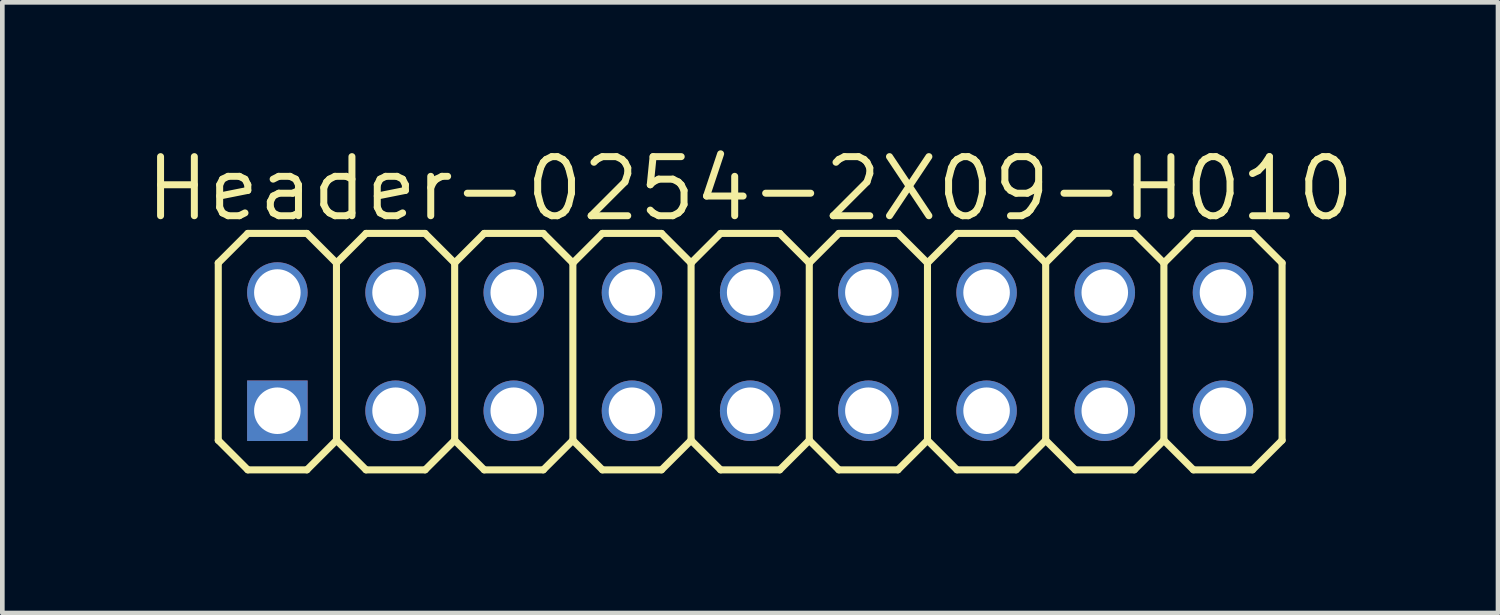
<source format=kicad_pcb>
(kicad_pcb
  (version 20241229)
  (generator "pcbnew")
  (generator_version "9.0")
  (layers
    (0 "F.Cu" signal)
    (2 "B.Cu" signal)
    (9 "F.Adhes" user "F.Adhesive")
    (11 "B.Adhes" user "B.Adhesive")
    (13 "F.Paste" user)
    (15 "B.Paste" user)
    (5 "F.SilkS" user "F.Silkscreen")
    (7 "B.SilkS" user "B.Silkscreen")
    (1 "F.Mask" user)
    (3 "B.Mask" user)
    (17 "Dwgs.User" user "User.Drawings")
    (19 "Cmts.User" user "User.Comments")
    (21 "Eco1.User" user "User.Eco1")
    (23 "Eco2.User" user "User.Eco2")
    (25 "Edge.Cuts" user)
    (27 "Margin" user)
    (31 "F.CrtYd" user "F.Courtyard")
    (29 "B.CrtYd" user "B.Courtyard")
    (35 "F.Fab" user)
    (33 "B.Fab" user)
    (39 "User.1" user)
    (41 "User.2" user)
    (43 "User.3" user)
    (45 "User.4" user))
  (footprint "Header-0254-2X09-H010"
    (layer "F.Cu")
    (at 13.07 4.506)
    (property "Reference" "Header-0254-2X09-H010" (at 0 -3.5 0) (layer "F.SilkS") (effects (font (size 1.27 1.27) (thickness 0.15))))
    (attr exclude_from_pos_files exclude_from_bom)
    (fp_line (start -11.43 -1.905) (end -10.795 -2.54) (stroke (width 0.152) (type solid)) (layer "F.SilkS"))
    (fp_line (start -11.43 1.905) (end -11.43 -1.905) (stroke (width 0.152) (type solid)) (layer "F.SilkS"))
    (fp_line (start -11.43 1.905) (end -10.795 2.54) (stroke (width 0.152) (type solid)) (layer "F.SilkS"))
    (fp_line (start -10.795 -2.54) (end -9.525 -2.54) (stroke (width 0.152) (type solid)) (layer "F.SilkS"))
    (fp_line (start -10.795 2.54) (end -9.525 2.54) (stroke (width 0.152) (type solid)) (layer "F.SilkS"))
    (fp_line (start -9.525 -2.54) (end -8.89 -1.905) (stroke (width 0.152) (type solid)) (layer "F.SilkS"))
    (fp_line (start -9.525 2.54) (end -8.89 1.905) (stroke (width 0.152) (type solid)) (layer "F.SilkS"))
    (fp_line (start -8.89 -1.905) (end -8.89 1.905) (stroke (width 0.152) (type solid)) (layer "F.SilkS"))
    (fp_line (start -8.89 -1.905) (end -8.255 -2.54) (stroke (width 0.152) (type solid)) (layer "F.SilkS"))
    (fp_line (start -8.89 1.905) (end -8.255 2.54) (stroke (width 0.152) (type solid)) (layer "F.SilkS"))
    (fp_line (start -8.255 -2.54) (end -6.985 -2.54) (stroke (width 0.152) (type solid)) (layer "F.SilkS"))
    (fp_line (start -8.255 2.54) (end -6.985 2.54) (stroke (width 0.152) (type solid)) (layer "F.SilkS"))
    (fp_line (start -6.985 -2.54) (end -6.35 -1.905) (stroke (width 0.152) (type solid)) (layer "F.SilkS"))
    (fp_line (start -6.985 2.54) (end -6.35 1.905) (stroke (width 0.152) (type solid)) (layer "F.SilkS"))
    (fp_line (start -6.35 -1.905) (end -6.35 1.905) (stroke (width 0.152) (type solid)) (layer "F.SilkS"))
    (fp_line (start -6.35 -1.905) (end -5.715 -2.54) (stroke (width 0.152) (type solid)) (layer "F.SilkS"))
    (fp_line (start -6.35 1.905) (end -5.715 2.54) (stroke (width 0.152) (type solid)) (layer "F.SilkS"))
    (fp_line (start -5.715 -2.54) (end -4.445 -2.54) (stroke (width 0.152) (type solid)) (layer "F.SilkS"))
    (fp_line (start -5.715 2.54) (end -4.445 2.54) (stroke (width 0.152) (type solid)) (layer "F.SilkS"))
    (fp_line (start -4.445 -2.54) (end -3.81 -1.905) (stroke (width 0.152) (type solid)) (layer "F.SilkS"))
    (fp_line (start -4.445 2.54) (end -3.81 1.905) (stroke (width 0.152) (type solid)) (layer "F.SilkS"))
    (fp_line (start -3.81 -1.905) (end -3.81 1.905) (stroke (width 0.152) (type solid)) (layer "F.SilkS"))
    (fp_line (start -3.81 -1.905) (end -3.175 -2.54) (stroke (width 0.152) (type solid)) (layer "F.SilkS"))
    (fp_line (start -3.81 1.905) (end -3.175 2.54) (stroke (width 0.152) (type solid)) (layer "F.SilkS"))
    (fp_line (start -3.175 -2.54) (end -1.905 -2.54) (stroke (width 0.152) (type solid)) (layer "F.SilkS"))
    (fp_line (start -3.175 2.54) (end -1.905 2.54) (stroke (width 0.152) (type solid)) (layer "F.SilkS"))
    (fp_line (start -1.905 -2.54) (end -1.27 -1.905) (stroke (width 0.152) (type solid)) (layer "F.SilkS"))
    (fp_line (start -1.905 2.54) (end -1.27 1.905) (stroke (width 0.152) (type solid)) (layer "F.SilkS"))
    (fp_line (start -1.27 -1.905) (end -1.27 1.905) (stroke (width 0.152) (type solid)) (layer "F.SilkS"))
    (fp_line (start -1.27 -1.905) (end -0.635 -2.54) (stroke (width 0.152) (type solid)) (layer "F.SilkS"))
    (fp_line (start -1.27 1.905) (end -0.635 2.54) (stroke (width 0.152) (type solid)) (layer "F.SilkS"))
    (fp_line (start -0.635 -2.54) (end 0.635 -2.54) (stroke (width 0.152) (type solid)) (layer "F.SilkS"))
    (fp_line (start -0.635 2.54) (end 0.635 2.54) (stroke (width 0.152) (type solid)) (layer "F.SilkS"))
    (fp_line (start 0.635 -2.54) (end 1.27 -1.905) (stroke (width 0.152) (type solid)) (layer "F.SilkS"))
    (fp_line (start 0.635 2.54) (end 1.27 1.905) (stroke (width 0.152) (type solid)) (layer "F.SilkS"))
    (fp_line (start 1.27 -1.905) (end 1.27 1.905) (stroke (width 0.152) (type solid)) (layer "F.SilkS"))
    (fp_line (start 1.27 -1.905) (end 1.905 -2.54) (stroke (width 0.152) (type solid)) (layer "F.SilkS"))
    (fp_line (start 1.27 1.905) (end 1.905 2.54) (stroke (width 0.152) (type solid)) (layer "F.SilkS"))
    (fp_line (start 1.905 -2.54) (end 3.175 -2.54) (stroke (width 0.152) (type solid)) (layer "F.SilkS"))
    (fp_line (start 1.905 2.54) (end 3.175 2.54) (stroke (width 0.152) (type solid)) (layer "F.SilkS"))
    (fp_line (start 3.175 -2.54) (end 3.81 -1.905) (stroke (width 0.152) (type solid)) (layer "F.SilkS"))
    (fp_line (start 3.175 2.54) (end 3.81 1.905) (stroke (width 0.152) (type solid)) (layer "F.SilkS"))
    (fp_line (start 3.81 -1.905) (end 3.81 1.905) (stroke (width 0.152) (type solid)) (layer "F.SilkS"))
    (fp_line (start 3.81 -1.905) (end 4.445 -2.54) (stroke (width 0.152) (type solid)) (layer "F.SilkS"))
    (fp_line (start 3.81 1.905) (end 4.445 2.54) (stroke (width 0.152) (type solid)) (layer "F.SilkS"))
    (fp_line (start 4.445 -2.54) (end 5.715 -2.54) (stroke (width 0.152) (type solid)) (layer "F.SilkS"))
    (fp_line (start 4.445 2.54) (end 5.715 2.54) (stroke (width 0.152) (type solid)) (layer "F.SilkS"))
    (fp_line (start 5.715 -2.54) (end 6.35 -1.905) (stroke (width 0.152) (type solid)) (layer "F.SilkS"))
    (fp_line (start 6.35 -1.905) (end 6.35 1.905) (stroke (width 0.152) (type solid)) (layer "F.SilkS"))
    (fp_line (start 6.35 -1.905) (end 6.985 -2.54) (stroke (width 0.152) (type solid)) (layer "F.SilkS"))
    (fp_line (start 6.35 1.905) (end 5.715 2.54) (stroke (width 0.152) (type solid)) (layer "F.SilkS"))
    (fp_line (start 6.35 1.905) (end 6.985 2.54) (stroke (width 0.152) (type solid)) (layer "F.SilkS"))
    (fp_line (start 6.985 -2.54) (end 8.255 -2.54) (stroke (width 0.152) (type solid)) (layer "F.SilkS"))
    (fp_line (start 6.985 2.54) (end 8.255 2.54) (stroke (width 0.152) (type solid)) (layer "F.SilkS"))
    (fp_line (start 8.255 -2.54) (end 8.89 -1.905) (stroke (width 0.152) (type solid)) (layer "F.SilkS"))
    (fp_line (start 8.89 -1.905) (end 8.89 1.905) (stroke (width 0.152) (type solid)) (layer "F.SilkS"))
    (fp_line (start 8.89 -1.905) (end 9.525 -2.54) (stroke (width 0.152) (type solid)) (layer "F.SilkS"))
    (fp_line (start 8.89 1.905) (end 8.255 2.54) (stroke (width 0.152) (type solid)) (layer "F.SilkS"))
    (fp_line (start 8.89 1.905) (end 9.525 2.54) (stroke (width 0.152) (type solid)) (layer "F.SilkS"))
    (fp_line (start 9.525 -2.54) (end 10.795 -2.54) (stroke (width 0.152) (type solid)) (layer "F.SilkS"))
    (fp_line (start 9.525 2.54) (end 10.795 2.54) (stroke (width 0.152) (type solid)) (layer "F.SilkS"))
    (fp_line (start 10.795 -2.54) (end 11.43 -1.905) (stroke (width 0.152) (type solid)) (layer "F.SilkS"))
    (fp_line (start 11.43 -1.905) (end 11.43 1.905) (stroke (width 0.152) (type solid)) (layer "F.SilkS"))
    (fp_line (start 11.43 1.905) (end 10.795 2.54) (stroke (width 0.152) (type solid)) (layer "F.SilkS"))
    (pad "1" thru_hole rect (at -10.16 1.27) (size 1.3 1.3) (drill 1) (layers "*.Cu" "*.Mask"))
    (pad "2" thru_hole circle (at -10.16 -1.27) (size 1.3 1.3) (drill 1) (layers "*.Cu" "*.Mask"))
    (pad "3" thru_hole circle (at -7.62 1.27) (size 1.3 1.3) (drill 1) (layers "*.Cu" "*.Mask"))
    (pad "4" thru_hole circle (at -7.62 -1.27) (size 1.3 1.3) (drill 1) (layers "*.Cu" "*.Mask"))
    (pad "5" thru_hole circle (at -5.08 1.27) (size 1.3 1.3) (drill 1) (layers "*.Cu" "*.Mask"))
    (pad "6" thru_hole circle (at -5.08 -1.27) (size 1.3 1.3) (drill 1) (layers "*.Cu" "*.Mask"))
    (pad "7" thru_hole circle (at -2.54 1.27) (size 1.3 1.3) (drill 1) (layers "*.Cu" "*.Mask"))
    (pad "8" thru_hole circle (at -2.54 -1.27) (size 1.3 1.3) (drill 1) (layers "*.Cu" "*.Mask"))
    (pad "9" thru_hole circle (at 0 1.27) (size 1.3 1.3) (drill 1) (layers "*.Cu" "*.Mask"))
    (pad "10" thru_hole circle (at 0 -1.27) (size 1.3 1.3) (drill 1) (layers "*.Cu" "*.Mask"))
    (pad "11" thru_hole circle (at 2.54 1.27) (size 1.3 1.3) (drill 1) (layers "*.Cu" "*.Mask"))
    (pad "12" thru_hole circle (at 2.54 -1.27) (size 1.3 1.3) (drill 1) (layers "*.Cu" "*.Mask"))
    (pad "13" thru_hole circle (at 5.08 1.27) (size 1.3 1.3) (drill 1) (layers "*.Cu" "*.Mask"))
    (pad "14" thru_hole circle (at 5.08 -1.27) (size 1.3 1.3) (drill 1) (layers "*.Cu" "*.Mask"))
    (pad "15" thru_hole circle (at 7.62 1.27) (size 1.3 1.3) (drill 1) (layers "*.Cu" "*.Mask"))
    (pad "16" thru_hole circle (at 7.62 -1.27) (size 1.3 1.3) (drill 1) (layers "*.Cu" "*.Mask"))
    (pad "17" thru_hole circle (at 10.16 1.27) (size 1.3 1.3) (drill 1) (layers "*.Cu" "*.Mask"))
    (pad "18" thru_hole circle (at 10.16 -1.27) (size 1.3 1.3) (drill 1) (layers "*.Cu" "*.Mask")))
  (gr_rect
    (start -3 -3)
    (end 29.14 10.122)
    (stroke (width 0.1) (type default))
    (fill no)
    (layer "Edge.Cuts")))
</source>
